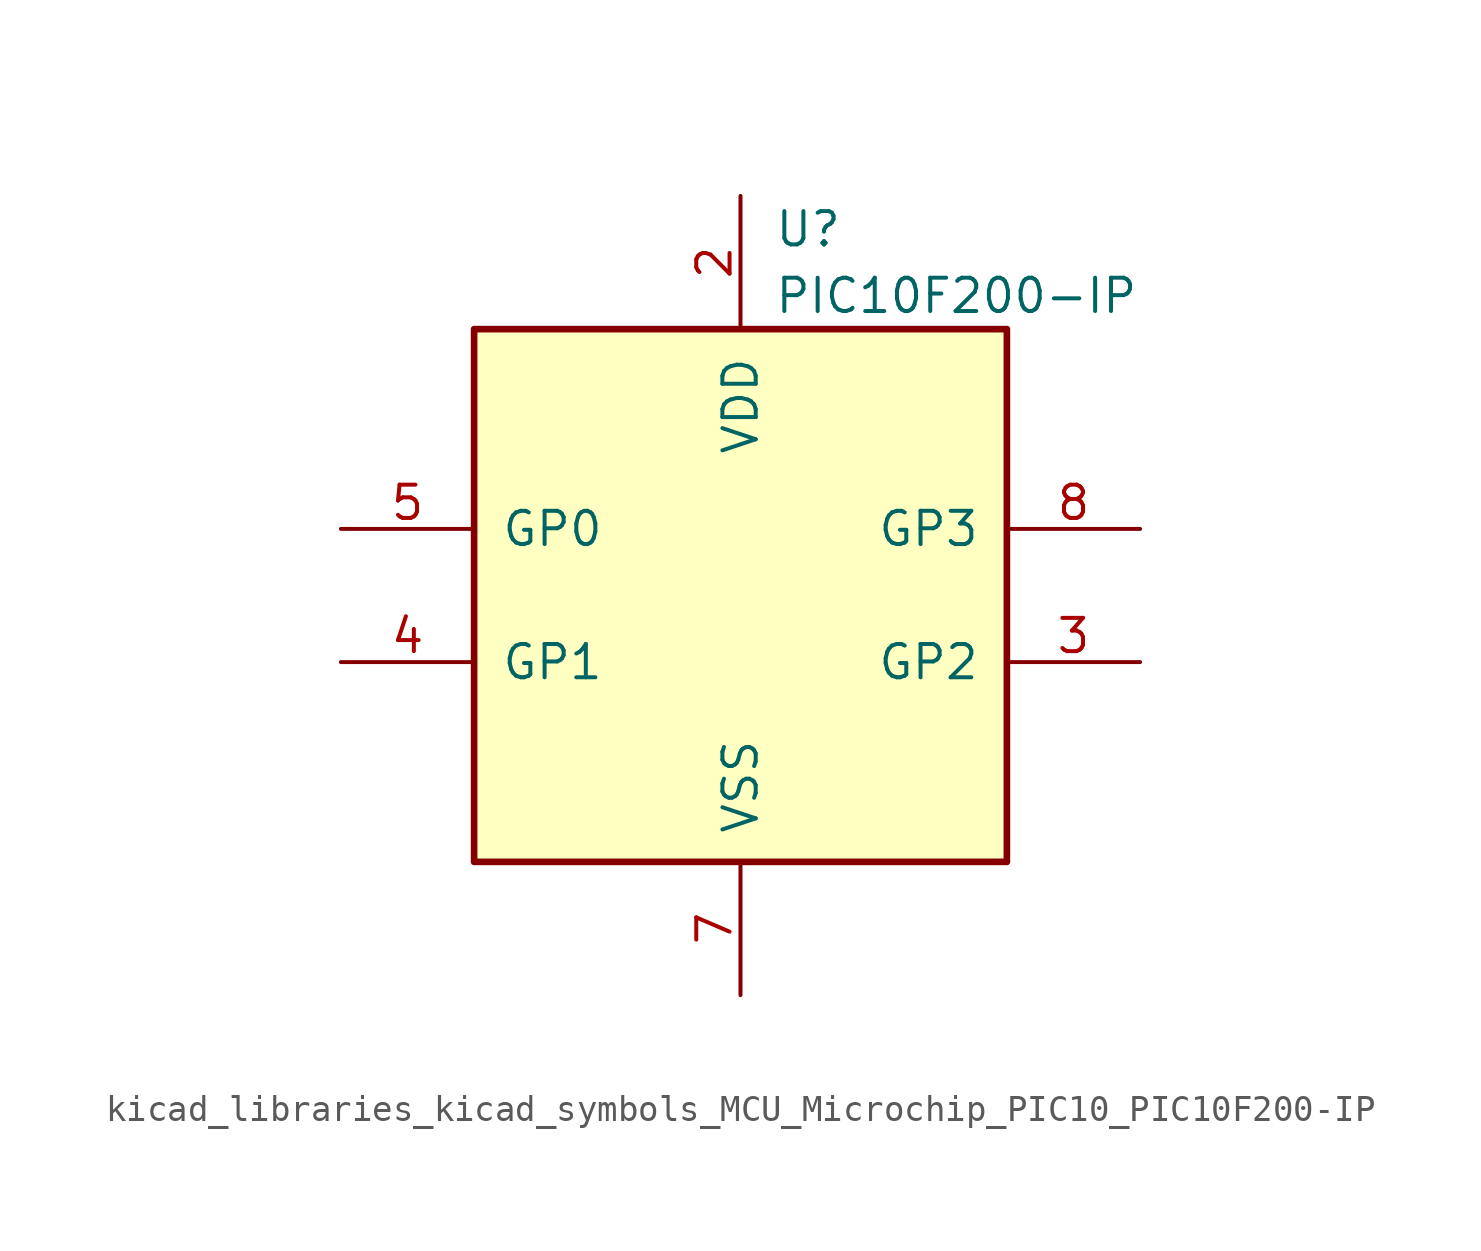
<source format=kicad_sym>
(kicad_symbol_lib
  (version 20220914)
  (generator kicad_symbol_editor)
  (symbol "kicad_libraries_kicad_symbols_MCU_Microchip_PIC10_PIC10F200-IP"
    (pin_names
      (offset 1.016))
    (property "Reference" "U"
      (at 1.27 13.97 0)
      (effects (font (size 1.27 1.27)) (justify left)))
    (property "Value" "PIC10F200-IP"
      (at 1.27 11.43 0)
      (effects (font (size 1.27 1.27)) (justify left)))
    (symbol "kicad_libraries_kicad_symbols_MCU_Microchip_PIC10_PIC10F200-IP_0_1"
      (rectangle (start -10.16 10.16) (end 10.16 -10.16) (stroke (width 0.254) (type default)) (fill (type background))))
    (symbol "kicad_libraries_kicad_symbols_MCU_Microchip_PIC10_PIC10F200-IP_1_1"
      (pin power_in line (at 0 15.24 270) (length 5.08) (name "VDD" (effects (font (size 1.27 1.27)))) (number "2" (effects (font (size 1.27 1.27)))))
      (pin bidirectional line (at 15.24 -2.54 180) (length 5.08) (name "GP2" (effects (font (size 1.27 1.27)))) (number "3" (effects (font (size 1.27 1.27)))))
      (pin bidirectional line (at -15.24 -2.54 0) (length 5.08) (name "GP1" (effects (font (size 1.27 1.27)))) (number "4" (effects (font (size 1.27 1.27)))))
      (pin bidirectional line (at -15.24 2.54 0) (length 5.08) (name "GP0" (effects (font (size 1.27 1.27)))) (number "5" (effects (font (size 1.27 1.27)))))
      (pin power_in line (at 0 -15.24 90) (length 5.08) (name "VSS" (effects (font (size 1.27 1.27)))) (number "7" (effects (font (size 1.27 1.27)))))
      (pin input line (at 15.24 2.54 180) (length 5.08) (name "GP3" (effects (font (size 1.27 1.27)))) (number "8" (effects (font (size 1.27 1.27))))))))
</source>
